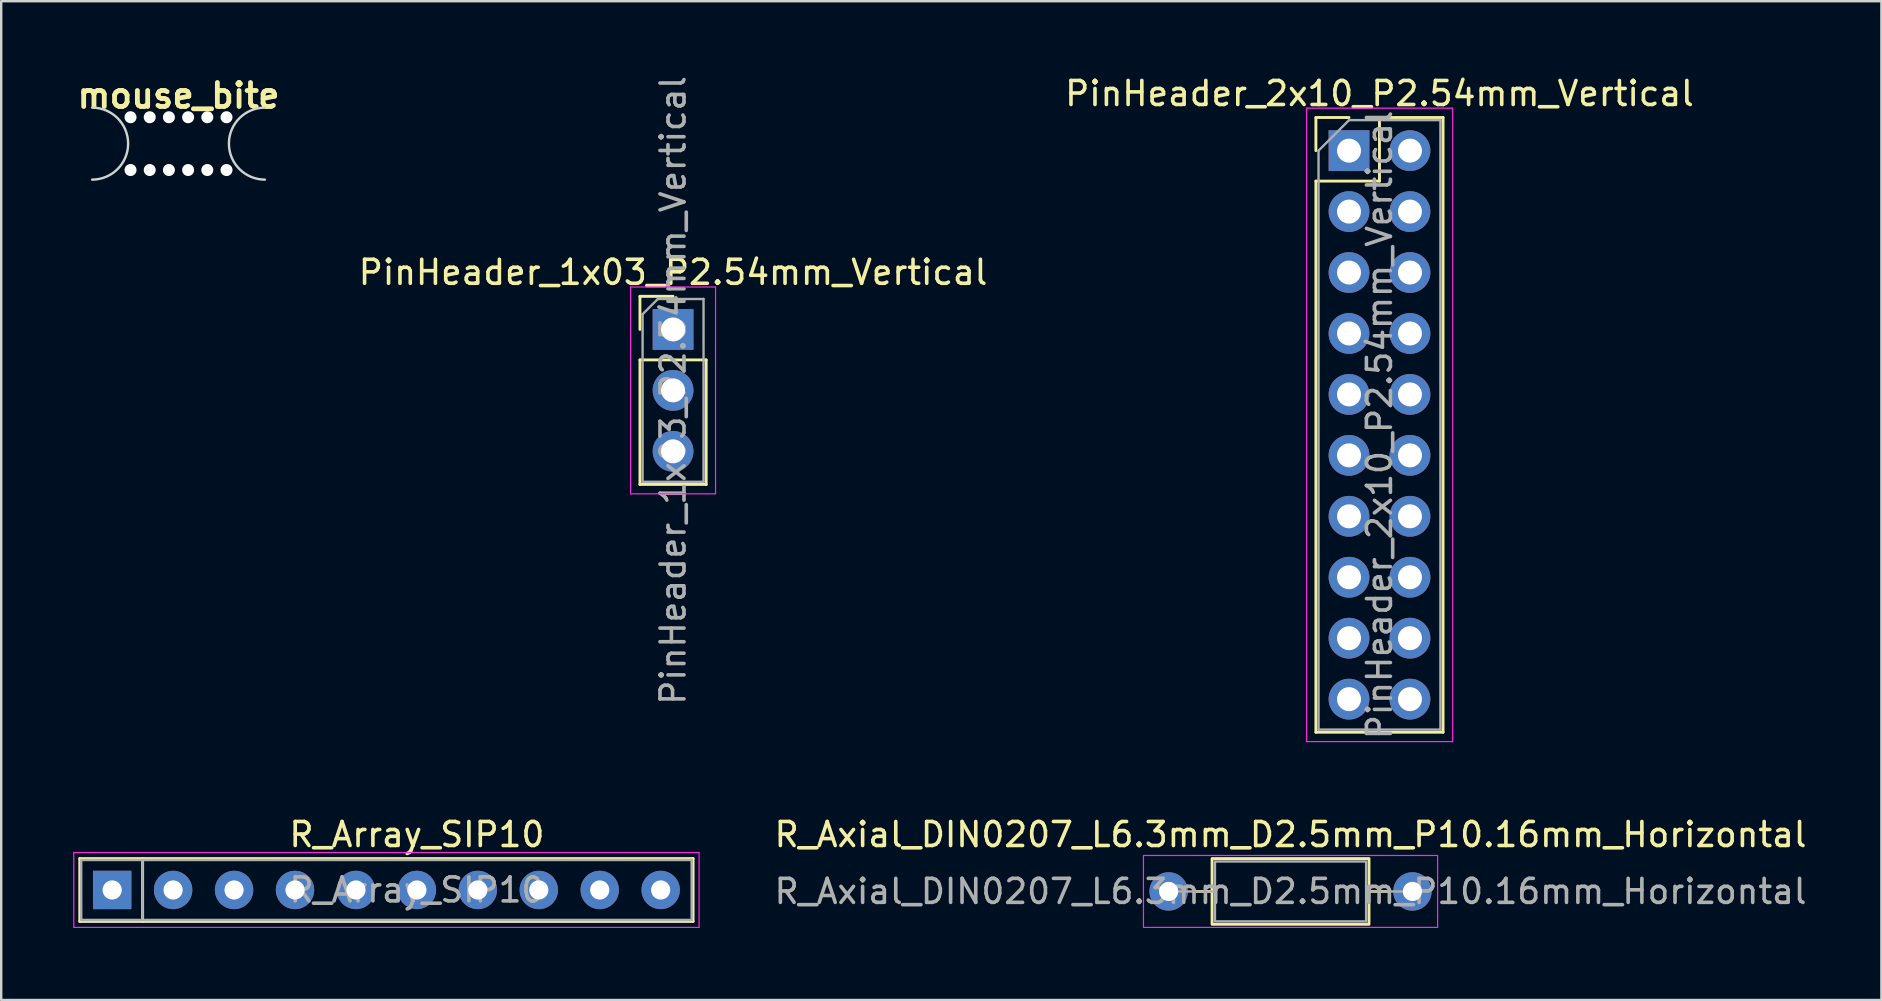
<source format=kicad_pcb>
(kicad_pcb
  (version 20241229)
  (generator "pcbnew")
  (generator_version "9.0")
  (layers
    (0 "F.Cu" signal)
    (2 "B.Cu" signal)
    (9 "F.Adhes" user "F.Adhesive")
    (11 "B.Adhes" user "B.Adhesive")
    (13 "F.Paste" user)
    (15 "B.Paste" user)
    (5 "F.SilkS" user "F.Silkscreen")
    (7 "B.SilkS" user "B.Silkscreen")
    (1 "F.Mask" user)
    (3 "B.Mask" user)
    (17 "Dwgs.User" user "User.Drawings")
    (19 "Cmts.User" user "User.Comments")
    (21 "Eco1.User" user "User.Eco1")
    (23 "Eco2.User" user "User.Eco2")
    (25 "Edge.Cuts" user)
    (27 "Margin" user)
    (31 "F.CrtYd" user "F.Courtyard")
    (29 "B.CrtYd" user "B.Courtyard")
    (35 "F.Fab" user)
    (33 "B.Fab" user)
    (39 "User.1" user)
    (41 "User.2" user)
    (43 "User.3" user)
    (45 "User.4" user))
  (footprint "PinHeader_1x03_P2.54mm_Vertical"
    (layer "F.Cu")
    (at 25.001 10.68)
    (property "Reference" "PinHeader_1x03_P2.54mm_Vertical" (at 0 -2.38 180) (layer "F.SilkS") (effects (font (size 1 1) (thickness 0.15))))
    (attr through_hole exclude_from_bom)
    (fp_line (start -1.38 -1.38) (end 0 -1.38) (stroke (width 0.12) (type solid)) (layer "F.SilkS"))
    (fp_line (start -1.38 0) (end -1.38 -1.38) (stroke (width 0.12) (type solid)) (layer "F.SilkS"))
    (fp_line (start -1.38 1.27) (end -1.38 6.46) (stroke (width 0.12) (type solid)) (layer "F.SilkS"))
    (fp_line (start -1.38 1.27) (end 1.38 1.27) (stroke (width 0.12) (type solid)) (layer "F.SilkS"))
    (fp_line (start -1.38 6.46) (end 1.38 6.46) (stroke (width 0.12) (type solid)) (layer "F.SilkS"))
    (fp_line (start 1.38 1.27) (end 1.38 6.46) (stroke (width 0.12) (type solid)) (layer "F.SilkS"))
    (fp_line (start -1.77 -1.77) (end -1.77 6.85) (stroke (width 0.05) (type solid)) (layer "F.CrtYd"))
    (fp_line (start -1.77 6.85) (end 1.77 6.85) (stroke (width 0.05) (type solid)) (layer "F.CrtYd"))
    (fp_line (start 1.77 -1.77) (end -1.77 -1.77) (stroke (width 0.05) (type solid)) (layer "F.CrtYd"))
    (fp_line (start 1.77 6.85) (end 1.77 -1.77) (stroke (width 0.05) (type solid)) (layer "F.CrtYd"))
    (fp_line (start -1.27 -0.635) (end -0.635 -1.27) (stroke (width 0.1) (type solid)) (layer "F.Fab"))
    (fp_line (start -1.27 6.35) (end -1.27 -0.635) (stroke (width 0.1) (type solid)) (layer "F.Fab"))
    (fp_line (start -0.635 -1.27) (end 1.27 -1.27) (stroke (width 0.1) (type solid)) (layer "F.Fab"))
    (fp_line (start 1.27 -1.27) (end 1.27 6.35) (stroke (width 0.1) (type solid)) (layer "F.Fab"))
    (fp_line (start 1.27 6.35) (end -1.27 6.35) (stroke (width 0.1) (type solid)) (layer "F.Fab"))
    (fp_text user "${REFERENCE}" (at 0 2.54 90) (layer "F.Fab") (effects (font (size 1 1) (thickness 0.15))))
    (pad "1" thru_hole rect (at 0 0) (size 1.7 1.7) (drill 1) (layers "*.Cu" "*.Mask"))
    (pad "2" thru_hole circle (at 0 2.54) (size 1.7 1.7) (drill 1) (layers "*.Cu" "*.Mask"))
    (pad "3" thru_hole circle (at 0 5.08) (size 1.7 1.7) (drill 1) (layers "*.Cu" "*.Mask")))
  (footprint "PinHeader_2x10_P2.54mm_Vertical"
    (layer "F.Cu")
    (at 53.172 3.228)
    (property "Reference" "PinHeader_2x10_P2.54mm_Vertical" (at 1.27 -2.38 0) (layer "F.SilkS") (effects (font (size 1 1) (thickness 0.15))))
    (attr through_hole)
    (fp_line (start -1.38 -1.38) (end 0 -1.38) (stroke (width 0.12) (type solid)) (layer "F.SilkS"))
    (fp_line (start -1.38 0) (end -1.38 -1.38) (stroke (width 0.12) (type solid)) (layer "F.SilkS"))
    (fp_line (start -1.38 1.27) (end -1.38 24.24) (stroke (width 0.12) (type solid)) (layer "F.SilkS"))
    (fp_line (start -1.38 1.27) (end 1.27 1.27) (stroke (width 0.12) (type solid)) (layer "F.SilkS"))
    (fp_line (start -1.38 24.24) (end 3.92 24.24) (stroke (width 0.12) (type solid)) (layer "F.SilkS"))
    (fp_line (start 1.27 -1.38) (end 3.92 -1.38) (stroke (width 0.12) (type solid)) (layer "F.SilkS"))
    (fp_line (start 1.27 1.27) (end 1.27 -1.38) (stroke (width 0.12) (type solid)) (layer "F.SilkS"))
    (fp_line (start 3.92 -1.38) (end 3.92 24.24) (stroke (width 0.12) (type solid)) (layer "F.SilkS"))
    (fp_line (start -1.77 -1.77) (end -1.77 24.63) (stroke (width 0.05) (type solid)) (layer "F.CrtYd"))
    (fp_line (start -1.77 24.63) (end 4.32 24.63) (stroke (width 0.05) (type solid)) (layer "F.CrtYd"))
    (fp_line (start 4.32 -1.77) (end -1.77 -1.77) (stroke (width 0.05) (type solid)) (layer "F.CrtYd"))
    (fp_line (start 4.32 24.63) (end 4.32 -1.77) (stroke (width 0.05) (type solid)) (layer "F.CrtYd"))
    (fp_line (start -1.27 0) (end 0 -1.27) (stroke (width 0.1) (type solid)) (layer "F.Fab"))
    (fp_line (start -1.27 24.13) (end -1.27 0) (stroke (width 0.1) (type solid)) (layer "F.Fab"))
    (fp_line (start 0 -1.27) (end 3.81 -1.27) (stroke (width 0.1) (type solid)) (layer "F.Fab"))
    (fp_line (start 3.81 -1.27) (end 3.81 24.13) (stroke (width 0.1) (type solid)) (layer "F.Fab"))
    (fp_line (start 3.81 24.13) (end -1.27 24.13) (stroke (width 0.1) (type solid)) (layer "F.Fab"))
    (fp_text user "${REFERENCE}" (at 1.27 11.43 90) (layer "F.Fab") (effects (font (size 1 1) (thickness 0.15))))
    (pad "1" thru_hole rect (at 0 0) (size 1.7 1.7) (drill 1) (layers "*.Cu" "*.Mask"))
    (pad "2" thru_hole circle (at 2.54 0) (size 1.7 1.7) (drill 1) (layers "*.Cu" "*.Mask"))
    (pad "3" thru_hole circle (at 0 2.54) (size 1.7 1.7) (drill 1) (layers "*.Cu" "*.Mask"))
    (pad "4" thru_hole circle (at 2.54 2.54) (size 1.7 1.7) (drill 1) (layers "*.Cu" "*.Mask"))
    (pad "5" thru_hole circle (at 0 5.08) (size 1.7 1.7) (drill 1) (layers "*.Cu" "*.Mask"))
    (pad "6" thru_hole circle (at 2.54 5.08) (size 1.7 1.7) (drill 1) (layers "*.Cu" "*.Mask"))
    (pad "7" thru_hole circle (at 0 7.62) (size 1.7 1.7) (drill 1) (layers "*.Cu" "*.Mask"))
    (pad "8" thru_hole circle (at 2.54 7.62) (size 1.7 1.7) (drill 1) (layers "*.Cu" "*.Mask"))
    (pad "9" thru_hole circle (at 0 10.16) (size 1.7 1.7) (drill 1) (layers "*.Cu" "*.Mask"))
    (pad "10" thru_hole circle (at 2.54 10.16) (size 1.7 1.7) (drill 1) (layers "*.Cu" "*.Mask"))
    (pad "11" thru_hole circle (at 0 12.7) (size 1.7 1.7) (drill 1) (layers "*.Cu" "*.Mask"))
    (pad "12" thru_hole circle (at 2.54 12.7) (size 1.7 1.7) (drill 1) (layers "*.Cu" "*.Mask"))
    (pad "13" thru_hole circle (at 0 15.24) (size 1.7 1.7) (drill 1) (layers "*.Cu" "*.Mask"))
    (pad "14" thru_hole circle (at 2.54 15.24) (size 1.7 1.7) (drill 1) (layers "*.Cu" "*.Mask"))
    (pad "15" thru_hole circle (at 0 17.78) (size 1.7 1.7) (drill 1) (layers "*.Cu" "*.Mask"))
    (pad "16" thru_hole circle (at 2.54 17.78) (size 1.7 1.7) (drill 1) (layers "*.Cu" "*.Mask"))
    (pad "17" thru_hole circle (at 0 20.32) (size 1.7 1.7) (drill 1) (layers "*.Cu" "*.Mask"))
    (pad "18" thru_hole circle (at 2.54 20.32) (size 1.7 1.7) (drill 1) (layers "*.Cu" "*.Mask"))
    (pad "19" thru_hole circle (at 0 22.86) (size 1.7 1.7) (drill 1) (layers "*.Cu" "*.Mask"))
    (pad "20" thru_hole circle (at 2.54 22.86) (size 1.7 1.7) (drill 1) (layers "*.Cu" "*.Mask")))
  (footprint "R_Axial_DIN0207_L6.3mm_D2.5mm_P10.16mm_Horizontal"
    (layer "F.Cu")
    (at 45.655 34.102)
    (property "Reference" "R_Axial_DIN0207_L6.3mm_D2.5mm_P10.16mm_Horizontal" (at 5.08 -2.37 180) (layer "F.SilkS") (effects (font (size 1 1) (thickness 0.15))))
    (attr through_hole)
    (fp_line (start 1.04 0) (end 1.81 0) (stroke (width 0.12) (type solid)) (layer "F.SilkS"))
    (fp_line (start 9.12 0) (end 8.35 0) (stroke (width 0.12) (type solid)) (layer "F.SilkS"))
    (fp_rect (start 1.81 -1.37) (end 8.35 1.37) (stroke (width 0.12) (type solid)) (fill no) (layer "F.SilkS"))
    (fp_rect (start -1.05 -1.5) (end 11.21 1.5) (stroke (width 0.05) (type solid)) (fill no) (layer "F.CrtYd"))
    (fp_line (start 0 0) (end 1.93 0) (stroke (width 0.1) (type solid)) (layer "F.Fab"))
    (fp_line (start 10.16 0) (end 8.23 0) (stroke (width 0.1) (type solid)) (layer "F.Fab"))
    (fp_rect (start 1.93 -1.25) (end 8.23 1.25) (stroke (width 0.1) (type solid)) (fill no) (layer "F.Fab"))
    (fp_text user "${REFERENCE}" (at 5.08 0 180) (layer "F.Fab") (effects (font (size 1 1) (thickness 0.15))))
    (pad "1" thru_hole circle (at 0 0) (size 1.6 1.6) (drill 0.8) (layers "*.Cu" "*.Mask"))
    (pad "2" thru_hole circle (at 10.16 0) (size 1.6 1.6) (drill 0.8) (layers "*.Cu" "*.Mask")))
  (footprint "R_Array_SIP10"
    (layer "F.Cu")
    (at 1.625 34.041)
    (property "Reference" "R_Array_SIP10" (at 12.7 -2.31 0) (layer "F.SilkS") (effects (font (size 1 1) (thickness 0.15))))
    (attr through_hole)
    (fp_line (start -1.35 -1.31) (end -1.35 1.31) (stroke (width 0.12) (type solid)) (layer "F.SilkS"))
    (fp_line (start -1.35 1.31) (end 24.21 1.31) (stroke (width 0.12) (type solid)) (layer "F.SilkS"))
    (fp_line (start 1.27 -1.31) (end 1.27 1.31) (stroke (width 0.12) (type solid)) (layer "F.SilkS"))
    (fp_line (start 24.21 -1.31) (end -1.35 -1.31) (stroke (width 0.12) (type solid)) (layer "F.SilkS"))
    (fp_line (start 24.21 1.31) (end 24.21 -1.31) (stroke (width 0.12) (type solid)) (layer "F.SilkS"))
    (fp_line (start -1.6 -1.56) (end -1.6 1.56) (stroke (width 0.05) (type solid)) (layer "F.CrtYd"))
    (fp_line (start -1.6 1.56) (end 24.46 1.56) (stroke (width 0.05) (type solid)) (layer "F.CrtYd"))
    (fp_line (start 24.46 -1.56) (end -1.6 -1.56) (stroke (width 0.05) (type solid)) (layer "F.CrtYd"))
    (fp_line (start 24.46 1.56) (end 24.46 -1.56) (stroke (width 0.05) (type solid)) (layer "F.CrtYd"))
    (fp_line (start -1.29 -1.25) (end -1.29 1.25) (stroke (width 0.1) (type solid)) (layer "F.Fab"))
    (fp_line (start -1.29 1.25) (end 24.15 1.25) (stroke (width 0.1) (type solid)) (layer "F.Fab"))
    (fp_line (start 1.27 -1.25) (end 1.27 1.25) (stroke (width 0.1) (type solid)) (layer "F.Fab"))
    (fp_line (start 24.15 -1.25) (end -1.29 -1.25) (stroke (width 0.1) (type solid)) (layer "F.Fab"))
    (fp_line (start 24.15 1.25) (end 24.15 -1.25) (stroke (width 0.1) (type solid)) (layer "F.Fab"))
    (fp_text user "${REFERENCE}" (at 12.7 0 0) (layer "F.Fab") (effects (font (size 1 1) (thickness 0.15))))
    (pad "1" thru_hole rect (at 0 0) (size 1.6 1.6) (drill 0.8) (layers "*.Cu" "*.Mask"))
    (pad "2" thru_hole circle (at 2.54 0) (size 1.6 1.6) (drill 0.8) (layers "*.Cu" "*.Mask"))
    (pad "3" thru_hole circle (at 5.08 0) (size 1.6 1.6) (drill 0.8) (layers "*.Cu" "*.Mask"))
    (pad "4" thru_hole circle (at 7.62 0) (size 1.6 1.6) (drill 0.8) (layers "*.Cu" "*.Mask"))
    (pad "5" thru_hole circle (at 10.16 0) (size 1.6 1.6) (drill 0.8) (layers "*.Cu" "*.Mask"))
    (pad "6" thru_hole circle (at 12.7 0) (size 1.6 1.6) (drill 0.8) (layers "*.Cu" "*.Mask"))
    (pad "7" thru_hole circle (at 15.24 0) (size 1.6 1.6) (drill 0.8) (layers "*.Cu" "*.Mask"))
    (pad "8" thru_hole circle (at 17.78 0) (size 1.6 1.6) (drill 0.8) (layers "*.Cu" "*.Mask"))
    (pad "9" thru_hole circle (at 20.32 0) (size 1.6 1.6) (drill 0.8) (layers "*.Cu" "*.Mask"))
    (pad "10" thru_hole circle (at 22.86 0) (size 1.6 1.6) (drill 0.8) (layers "*.Cu" "*.Mask")))
  (footprint "mouse_bite"
    (layer "F.Cu")
    (at 4.39 2.936)
    (property "Reference" "mouse_bite" (at 0 -2 180) (layer "F.SilkS") (effects (font (size 1 1) (thickness 0.2))))
    (attr through_hole board_only)
    (fp_arc (start -3.6 -1.5) (mid -2.1 0) (end -3.6 1.5) (stroke (width 0.1) (type solid)) (layer "Edge.Cuts"))
    (fp_arc (start 3.6 1.5) (mid 2.1 0) (end 3.6 -1.5) (stroke (width 0.1) (type solid)) (layer "Edge.Cuts"))
    (pad "" np_thru_hole circle (at -2 -1.1) (size 0.5 0.5) (drill 0.5) (layers "*.Cu" "*.Mask"))
    (pad "" np_thru_hole circle (at -2 1.1) (size 0.5 0.5) (drill 0.5) (layers "*.Cu" "*.Mask"))
    (pad "" np_thru_hole circle (at -1.2 -1.1) (size 0.5 0.5) (drill 0.5) (layers "*.Cu" "*.Mask"))
    (pad "" np_thru_hole circle (at -1.2 1.1) (size 0.5 0.5) (drill 0.5) (layers "*.Cu" "*.Mask"))
    (pad "" np_thru_hole circle (at -0.4 -1.1) (size 0.5 0.5) (drill 0.5) (layers "*.Cu" "*.Mask"))
    (pad "" np_thru_hole circle (at -0.4 1.1) (size 0.5 0.5) (drill 0.5) (layers "*.Cu" "*.Mask"))
    (pad "" np_thru_hole circle (at 0.4 -1.1) (size 0.5 0.5) (drill 0.5) (layers "*.Cu" "*.Mask"))
    (pad "" np_thru_hole circle (at 0.4 1.1) (size 0.5 0.5) (drill 0.5) (layers "*.Cu" "*.Mask"))
    (pad "" np_thru_hole circle (at 1.2 -1.1) (size 0.5 0.5) (drill 0.5) (layers "*.Cu" "*.Mask"))
    (pad "" np_thru_hole circle (at 1.2 1.1) (size 0.5 0.5) (drill 0.5) (layers "*.Cu" "*.Mask"))
    (pad "" np_thru_hole circle (at 2 -1.1) (size 0.5 0.5) (drill 0.5) (layers "*.Cu" "*.Mask"))
    (pad "" np_thru_hole circle (at 2 1.1) (size 0.5 0.5) (drill 0.5) (layers "*.Cu" "*.Mask")))
  (gr_rect
    (start -3 -3)
    (end 75.36 38.627)
    (stroke (width 0.1) (type default))
    (fill no)
    (layer "Edge.Cuts")))
</source>
